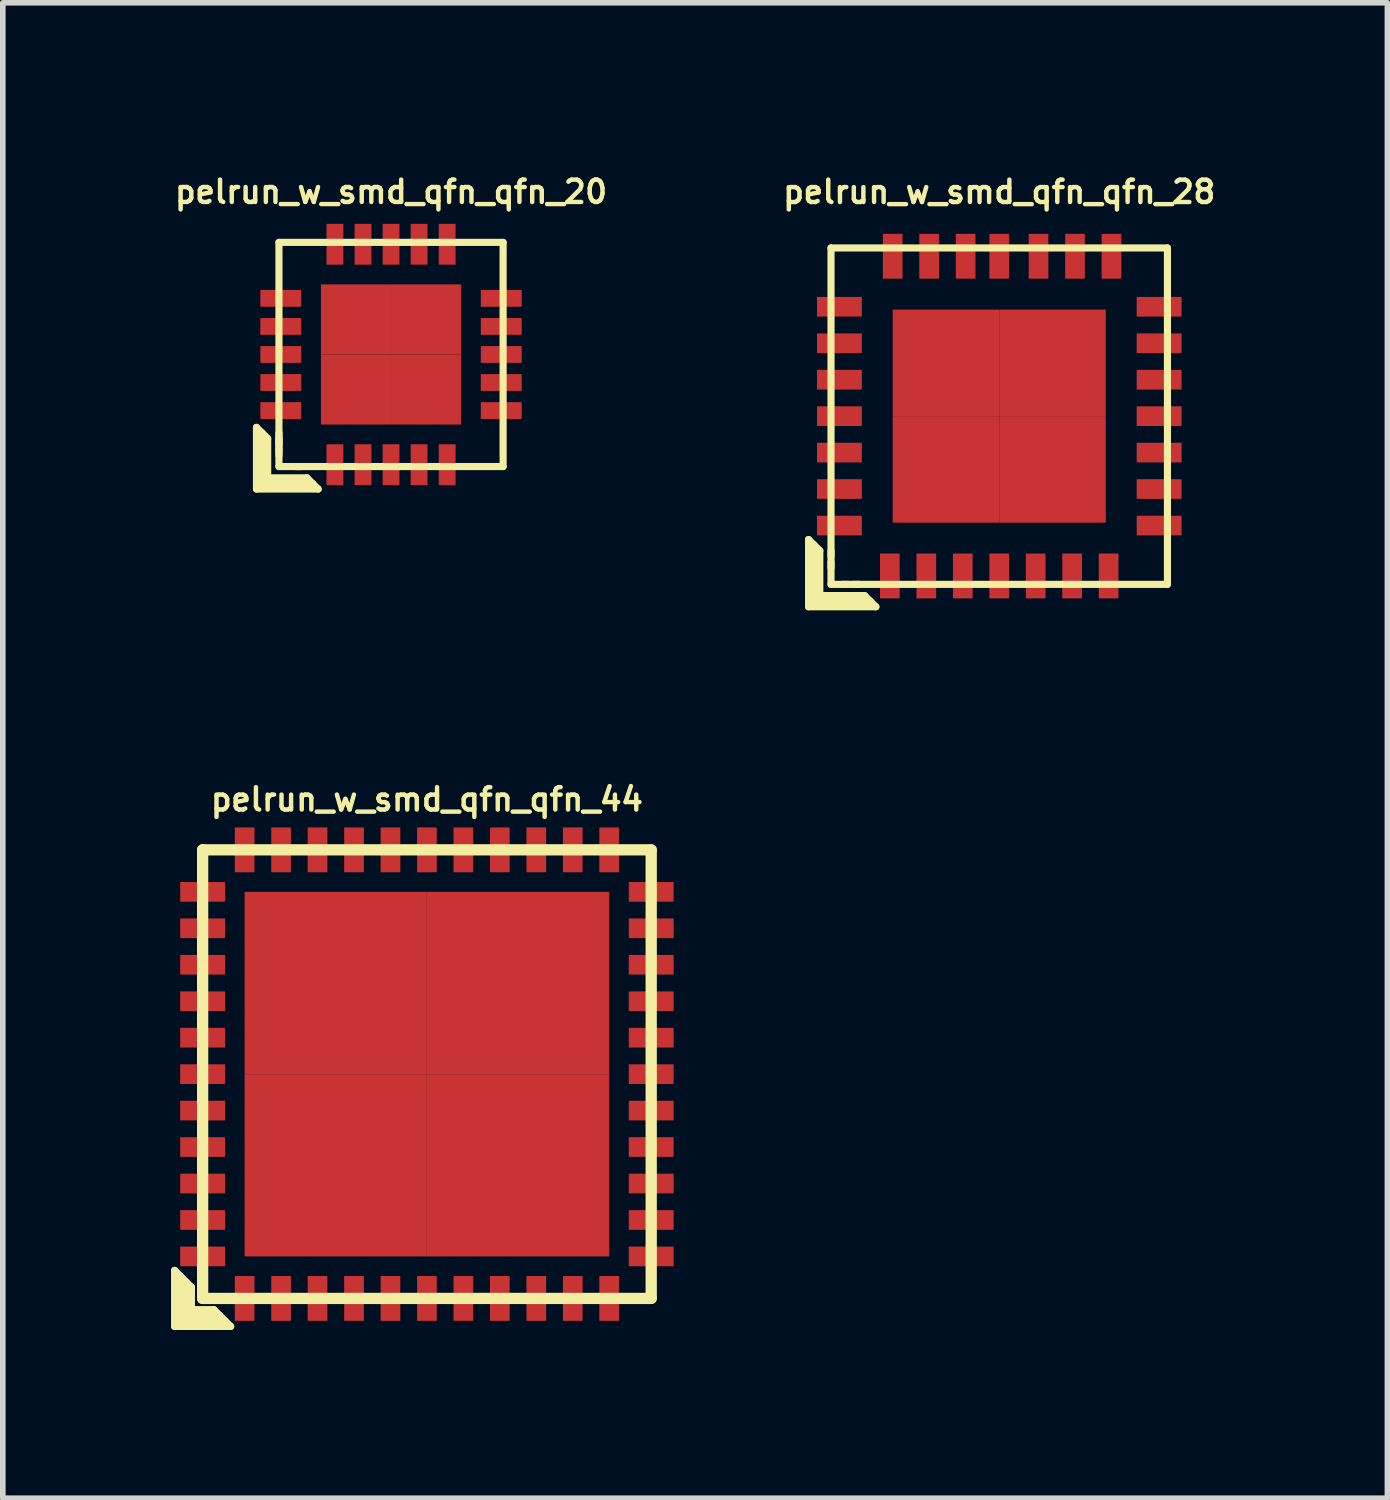
<source format=kicad_pcb>
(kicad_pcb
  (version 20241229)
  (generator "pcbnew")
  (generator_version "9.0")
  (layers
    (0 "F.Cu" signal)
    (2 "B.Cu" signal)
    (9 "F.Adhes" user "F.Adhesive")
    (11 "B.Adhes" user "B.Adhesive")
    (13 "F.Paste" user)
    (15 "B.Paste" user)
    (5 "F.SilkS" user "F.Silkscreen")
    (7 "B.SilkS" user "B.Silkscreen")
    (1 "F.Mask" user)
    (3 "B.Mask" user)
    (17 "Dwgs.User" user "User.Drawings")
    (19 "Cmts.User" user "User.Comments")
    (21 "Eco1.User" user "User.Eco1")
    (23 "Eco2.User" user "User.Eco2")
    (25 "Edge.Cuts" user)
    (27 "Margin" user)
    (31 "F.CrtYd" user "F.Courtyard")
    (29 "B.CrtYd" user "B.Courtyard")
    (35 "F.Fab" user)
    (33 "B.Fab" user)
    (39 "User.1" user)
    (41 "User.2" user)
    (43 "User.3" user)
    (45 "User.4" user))
  (footprint "pelrun_w_smd_qfn_qfn_28"
    (layer "F.Cu")
    (at 14.771 4.372)
    (property "Reference" "pelrun_w_smd_qfn_qfn_28" (at 0 -4 0) (layer "F.SilkS") (effects (font (size 0.399 0.399) (thickness 0.079))))
    (attr through_hole)
    (fp_line (start -3.4 2.2) (end -3.2 2.4) (stroke (width 0.127) (type solid)) (layer "F.SilkS"))
    (fp_line (start -3.4 3.4) (end -3.4 2.2) (stroke (width 0.127) (type solid)) (layer "F.SilkS"))
    (fp_line (start -3.3 2.3) (end -3.3 3.3) (stroke (width 0.127) (type solid)) (layer "F.SilkS"))
    (fp_line (start -3.3 3.3) (end -2.3 3.3) (stroke (width 0.127) (type solid)) (layer "F.SilkS"))
    (fp_line (start -3.2 2.4) (end -3.2 3.2) (stroke (width 0.127) (type solid)) (layer "F.SilkS"))
    (fp_line (start -3.2 3.2) (end -2.4 3.2) (stroke (width 0.127) (type solid)) (layer "F.SilkS"))
    (fp_line (start -3 -3) (end 3 -3) (stroke (width 0.127) (type solid)) (layer "F.SilkS"))
    (fp_line (start -3 2.4) (end -3 2.499) (stroke (width 0.127) (type solid)) (layer "F.SilkS"))
    (fp_line (start -3 2.601) (end -3 2.7) (stroke (width 0.127) (type solid)) (layer "F.SilkS"))
    (fp_line (start -3 3) (end -3 -3) (stroke (width 0.127) (type solid)) (layer "F.SilkS"))
    (fp_line (start -2.7 3) (end -2.799 3) (stroke (width 0.127) (type solid)) (layer "F.SilkS"))
    (fp_line (start -2.499 3) (end -2.601 3) (stroke (width 0.127) (type solid)) (layer "F.SilkS"))
    (fp_line (start -2.4 3.2) (end -2.2 3.4) (stroke (width 0.127) (type solid)) (layer "F.SilkS"))
    (fp_line (start -2.2 3.4) (end -3.4 3.4) (stroke (width 0.127) (type solid)) (layer "F.SilkS"))
    (fp_line (start 3 -3) (end 3 3) (stroke (width 0.127) (type solid)) (layer "F.SilkS"))
    (fp_line (start 3 3) (end -3 3) (stroke (width 0.127) (type solid)) (layer "F.SilkS"))
    (pad "1" smd rect (at -1.951 2.85) (size 0.351 0.8) (layers "F.Cu" "F.Mask" "F.Paste"))
    (pad "2" smd rect (at -1.3 2.85) (size 0.351 0.8) (layers "F.Cu" "F.Mask" "F.Paste"))
    (pad "3" smd rect (at -0.65 2.85) (size 0.351 0.8) (layers "F.Cu" "F.Mask" "F.Paste"))
    (pad "4" smd rect (at 0 2.85) (size 0.351 0.8) (layers "F.Cu" "F.Mask" "F.Paste"))
    (pad "5" smd rect (at 0.65 2.85) (size 0.351 0.8) (layers "F.Cu" "F.Mask" "F.Paste"))
    (pad "6" smd rect (at 1.3 2.85) (size 0.351 0.8) (layers "F.Cu" "F.Mask" "F.Paste"))
    (pad "7" smd rect (at 1.951 2.85) (size 0.351 0.8) (layers "F.Cu" "F.Mask" "F.Paste"))
    (pad "8" smd rect (at 2.852 1.951) (size 0.8 0.351) (layers "F.Cu" "F.Mask" "F.Paste"))
    (pad "9" smd rect (at 2.852 1.3) (size 0.8 0.351) (layers "F.Cu" "F.Mask" "F.Paste"))
    (pad "10" smd rect (at 2.852 0.65) (size 0.8 0.351) (layers "F.Cu" "F.Mask" "F.Paste"))
    (pad "11" smd rect (at 2.852 0) (size 0.8 0.351) (layers "F.Cu" "F.Mask" "F.Paste"))
    (pad "12" smd rect (at 2.852 -0.65) (size 0.8 0.351) (layers "F.Cu" "F.Mask" "F.Paste"))
    (pad "13" smd rect (at 2.852 -1.3) (size 0.8 0.351) (layers "F.Cu" "F.Mask" "F.Paste"))
    (pad "14" smd rect (at 2.852 -1.951) (size 0.8 0.351) (layers "F.Cu" "F.Mask" "F.Paste"))
    (pad "15" smd rect (at 2.002 -2.852) (size 0.351 0.8) (layers "F.Cu" "F.Mask" "F.Paste"))
    (pad "16" smd rect (at 1.351 -2.852) (size 0.351 0.8) (layers "F.Cu" "F.Mask" "F.Paste"))
    (pad "17" smd rect (at 0.701 -2.852) (size 0.351 0.8) (layers "F.Cu" "F.Mask" "F.Paste"))
    (pad "18" smd rect (at 0 -2.852) (size 0.351 0.8) (layers "F.Cu" "F.Mask" "F.Paste"))
    (pad "19" smd rect (at -0.599 -2.852) (size 0.351 0.8) (layers "F.Cu" "F.Mask" "F.Paste"))
    (pad "20" smd rect (at -1.25 -2.852) (size 0.351 0.8) (layers "F.Cu" "F.Mask" "F.Paste"))
    (pad "21" smd rect (at -1.9 -2.852) (size 0.351 0.8) (layers "F.Cu" "F.Mask" "F.Paste"))
    (pad "22" smd rect (at -2.85 -1.951) (size 0.8 0.351) (layers "F.Cu" "F.Mask" "F.Paste"))
    (pad "23" smd rect (at -2.85 -1.3) (size 0.8 0.351) (layers "F.Cu" "F.Mask" "F.Paste"))
    (pad "24" smd rect (at -2.85 -0.65) (size 0.8 0.351) (layers "F.Cu" "F.Mask" "F.Paste"))
    (pad "25" smd rect (at -2.85 0) (size 0.8 0.351) (layers "F.Cu" "F.Mask" "F.Paste"))
    (pad "26" smd rect (at -2.85 0.65) (size 0.8 0.351) (layers "F.Cu" "F.Mask" "F.Paste"))
    (pad "27" smd rect (at -2.85 1.3) (size 0.8 0.351) (layers "F.Cu" "F.Mask" "F.Paste"))
    (pad "28" smd rect (at -2.85 1.951) (size 0.8 0.351) (layers "F.Cu" "F.Mask" "F.Paste"))
    (pad "29" smd rect (at -0.95 -0.95) (size 1.9 1.9) (layers "F.Cu" "F.Mask" "F.Paste"))
    (pad "29" smd rect (at -0.95 0.95) (size 1.9 1.9) (layers "F.Cu" "F.Mask" "F.Paste"))
    (pad "29" smd rect (at 0.95 -0.95) (size 1.9 1.9) (layers "F.Cu" "F.Mask" "F.Paste"))
    (pad "29" smd rect (at 0.95 0.95) (size 1.9 1.9) (layers "F.Cu" "F.Mask" "F.Paste")))
  (footprint "pelrun_w_smd_qfn_qfn_20"
    (layer "F.Cu")
    (at 3.924 3.272)
    (property "Reference" "pelrun_w_smd_qfn_qfn_20" (at 0 -2.901 0) (layer "F.SilkS") (effects (font (size 0.399 0.399) (thickness 0.079))))
    (attr through_hole)
    (fp_line (start -2.4 1.3) (end -2.2 1.5) (stroke (width 0.127) (type solid)) (layer "F.SilkS"))
    (fp_line (start -2.4 2.4) (end -2.4 1.3) (stroke (width 0.127) (type solid)) (layer "F.SilkS"))
    (fp_line (start -2.3 1.4) (end -2.3 2.3) (stroke (width 0.127) (type solid)) (layer "F.SilkS"))
    (fp_line (start -2.3 2.3) (end -1.4 2.3) (stroke (width 0.127) (type solid)) (layer "F.SilkS"))
    (fp_line (start -2.2 1.5) (end -2.2 2.2) (stroke (width 0.127) (type solid)) (layer "F.SilkS"))
    (fp_line (start -2.2 2.2) (end -1.5 2.2) (stroke (width 0.127) (type solid)) (layer "F.SilkS"))
    (fp_line (start -1.999 -1.999) (end 1.999 -1.999) (stroke (width 0.127) (type solid)) (layer "F.SilkS"))
    (fp_line (start -1.999 1.4) (end -1.999 1.6) (stroke (width 0.127) (type solid)) (layer "F.SilkS"))
    (fp_line (start -1.999 1.501) (end -1.999 1.699) (stroke (width 0.127) (type solid)) (layer "F.SilkS"))
    (fp_line (start -1.999 1.699) (end -1.999 1.801) (stroke (width 0.127) (type solid)) (layer "F.SilkS"))
    (fp_line (start -1.999 1.999) (end -1.999 -1.999) (stroke (width 0.127) (type solid)) (layer "F.SilkS"))
    (fp_line (start -1.6 1.999) (end -1.699 1.999) (stroke (width 0.127) (type solid)) (layer "F.SilkS"))
    (fp_line (start -1.5 2.2) (end -1.3 2.4) (stroke (width 0.127) (type solid)) (layer "F.SilkS"))
    (fp_line (start -1.3 2.4) (end -2.4 2.4) (stroke (width 0.127) (type solid)) (layer "F.SilkS"))
    (fp_line (start 1.999 -1.999) (end 1.999 1.999) (stroke (width 0.127) (type solid)) (layer "F.SilkS"))
    (fp_line (start 1.999 1.999) (end -1.999 1.999) (stroke (width 0.127) (type solid)) (layer "F.SilkS"))
    (pad "1" smd rect (at -1.001 1.966) (size 0.3 0.729) (layers "F.Cu" "F.Mask" "F.Paste"))
    (pad "2" smd rect (at -0.5 1.966) (size 0.3 0.729) (layers "F.Cu" "F.Mask" "F.Paste"))
    (pad "3" smd rect (at 0 1.966) (size 0.3 0.729) (layers "F.Cu" "F.Mask" "F.Paste"))
    (pad "4" smd rect (at 0.5 1.966) (size 0.3 0.729) (layers "F.Cu" "F.Mask" "F.Paste"))
    (pad "5" smd rect (at 1.001 1.966) (size 0.3 0.729) (layers "F.Cu" "F.Mask" "F.Paste"))
    (pad "6" smd rect (at 1.966 1.001) (size 0.729 0.3) (layers "F.Cu" "F.Mask" "F.Paste"))
    (pad "7" smd rect (at 1.966 0.5) (size 0.729 0.3) (layers "F.Cu" "F.Mask" "F.Paste"))
    (pad "8" smd rect (at 1.966 0) (size 0.729 0.3) (layers "F.Cu" "F.Mask" "F.Paste"))
    (pad "9" smd rect (at 1.966 -0.5) (size 0.729 0.3) (layers "F.Cu" "F.Mask" "F.Paste"))
    (pad "10" smd rect (at 1.966 -1.001) (size 0.729 0.3) (layers "F.Cu" "F.Mask" "F.Paste"))
    (pad "11" smd rect (at 1.001 -1.966) (size 0.3 0.729) (layers "F.Cu" "F.Mask" "F.Paste"))
    (pad "12" smd rect (at 0.5 -1.966) (size 0.3 0.729) (layers "F.Cu" "F.Mask" "F.Paste"))
    (pad "13" smd rect (at 0 -1.966) (size 0.3 0.729) (layers "F.Cu" "F.Mask" "F.Paste"))
    (pad "14" smd rect (at -0.5 -1.966) (size 0.3 0.729) (layers "F.Cu" "F.Mask" "F.Paste"))
    (pad "15" smd rect (at -1.001 -1.966) (size 0.3 0.729) (layers "F.Cu" "F.Mask" "F.Paste"))
    (pad "16" smd rect (at -1.966 -1.001) (size 0.729 0.3) (layers "F.Cu" "F.Mask" "F.Paste"))
    (pad "17" smd rect (at -1.966 -0.5) (size 0.729 0.3) (layers "F.Cu" "F.Mask" "F.Paste"))
    (pad "18" smd rect (at -1.966 0) (size 0.729 0.3) (layers "F.Cu" "F.Mask" "F.Paste"))
    (pad "19" smd rect (at -1.966 0.5) (size 0.729 0.3) (layers "F.Cu" "F.Mask" "F.Paste"))
    (pad "20" smd rect (at -1.966 1.001) (size 0.729 0.3) (layers "F.Cu" "F.Mask" "F.Paste"))
    (pad "21" smd rect (at -0.625 -0.625) (size 1.25 1.25) (layers "F.Cu" "F.Mask" "F.Paste"))
    (pad "21" smd rect (at -0.625 0.625) (size 1.25 1.25) (layers "F.Cu" "F.Mask" "F.Paste"))
    (pad "21" smd rect (at 0.625 -0.625) (size 1.25 1.25) (layers "F.Cu" "F.Mask" "F.Paste"))
    (pad "21" smd rect (at 0.625 0.625) (size 1.25 1.25) (layers "F.Cu" "F.Mask" "F.Paste")))
  (footprint "pelrun_w_smd_qfn_qfn_44"
    (layer "F.Cu")
    (at 4.564 16.107)
    (property "Reference" "pelrun_w_smd_qfn_qfn_44" (at 0 -4.9 0) (layer "F.SilkS") (effects (font (size 0.399 0.399) (thickness 0.079))))
    (attr through_hole)
    (fp_line (start -4.5 3.5) (end -4.5 4.5) (stroke (width 0.127) (type solid)) (layer "F.SilkS"))
    (fp_line (start -4.5 4.5) (end -3.5 4.5) (stroke (width 0.127) (type solid)) (layer "F.SilkS"))
    (fp_line (start -4.4 3.6) (end -4.4 4.4) (stroke (width 0.127) (type solid)) (layer "F.SilkS"))
    (fp_line (start -4.4 4.4) (end -3.6 4.4) (stroke (width 0.127) (type solid)) (layer "F.SilkS"))
    (fp_line (start -4.3 3.7) (end -4.3 4.3) (stroke (width 0.127) (type solid)) (layer "F.SilkS"))
    (fp_line (start -4.3 4.3) (end -3.7 4.3) (stroke (width 0.127) (type solid)) (layer "F.SilkS"))
    (fp_line (start -4.2 3.8) (end -4.5 3.5) (stroke (width 0.127) (type solid)) (layer "F.SilkS"))
    (fp_line (start -4.2 4.2) (end -4.2 3.8) (stroke (width 0.127) (type solid)) (layer "F.SilkS"))
    (fp_line (start -4 -4) (end -4 4) (stroke (width 0.201) (type solid)) (layer "F.SilkS"))
    (fp_line (start -4 3.701) (end -4 3.8) (stroke (width 0.127) (type solid)) (layer "F.SilkS"))
    (fp_line (start -4 4) (end 4 4) (stroke (width 0.201) (type solid)) (layer "F.SilkS"))
    (fp_line (start -3.8 4.2) (end -4.2 4.2) (stroke (width 0.127) (type solid)) (layer "F.SilkS"))
    (fp_line (start -3.599 4) (end -3.701 4) (stroke (width 0.127) (type solid)) (layer "F.SilkS"))
    (fp_line (start -3.5 4.5) (end -3.8 4.2) (stroke (width 0.127) (type solid)) (layer "F.SilkS"))
    (fp_line (start 4 -4) (end -4 -4) (stroke (width 0.201) (type solid)) (layer "F.SilkS"))
    (fp_line (start 4 4) (end 4 -4) (stroke (width 0.201) (type solid)) (layer "F.SilkS"))
    (pad "1" smd rect (at -3.251 4) (size 0.351 0.8) (layers "F.Cu" "F.Mask" "F.Paste"))
    (pad "2" smd rect (at -2.601 4) (size 0.351 0.8) (layers "F.Cu" "F.Mask" "F.Paste"))
    (pad "3" smd rect (at -1.951 4) (size 0.351 0.8) (layers "F.Cu" "F.Mask" "F.Paste"))
    (pad "4" smd rect (at -1.3 4) (size 0.351 0.8) (layers "F.Cu" "F.Mask" "F.Paste"))
    (pad "5" smd rect (at -0.65 4) (size 0.351 0.8) (layers "F.Cu" "F.Mask" "F.Paste"))
    (pad "6" smd rect (at 0 4) (size 0.351 0.8) (layers "F.Cu" "F.Mask" "F.Paste"))
    (pad "7" smd rect (at 0.65 4) (size 0.351 0.8) (layers "F.Cu" "F.Mask" "F.Paste"))
    (pad "8" smd rect (at 1.3 4) (size 0.351 0.8) (layers "F.Cu" "F.Mask" "F.Paste"))
    (pad "9" smd rect (at 1.951 4) (size 0.351 0.8) (layers "F.Cu" "F.Mask" "F.Paste"))
    (pad "10" smd rect (at 2.601 4) (size 0.351 0.8) (layers "F.Cu" "F.Mask" "F.Paste"))
    (pad "11" smd rect (at 3.251 4) (size 0.351 0.8) (layers "F.Cu" "F.Mask" "F.Paste"))
    (pad "12" smd rect (at 4 3.251) (size 0.8 0.351) (layers "F.Cu" "F.Mask" "F.Paste"))
    (pad "13" smd rect (at 4 2.601) (size 0.8 0.351) (layers "F.Cu" "F.Mask" "F.Paste"))
    (pad "14" smd rect (at 4 1.951) (size 0.8 0.351) (layers "F.Cu" "F.Mask" "F.Paste"))
    (pad "15" smd rect (at 4 1.3) (size 0.8 0.351) (layers "F.Cu" "F.Mask" "F.Paste"))
    (pad "16" smd rect (at 4 0.65) (size 0.8 0.351) (layers "F.Cu" "F.Mask" "F.Paste"))
    (pad "17" smd rect (at 4 0) (size 0.8 0.351) (layers "F.Cu" "F.Mask" "F.Paste"))
    (pad "18" smd rect (at 4 -0.65) (size 0.8 0.351) (layers "F.Cu" "F.Mask" "F.Paste"))
    (pad "19" smd rect (at 4 -1.3) (size 0.8 0.351) (layers "F.Cu" "F.Mask" "F.Paste"))
    (pad "20" smd rect (at 4 -1.951) (size 0.8 0.351) (layers "F.Cu" "F.Mask" "F.Paste"))
    (pad "21" smd rect (at 4 -2.601) (size 0.8 0.351) (layers "F.Cu" "F.Mask" "F.Paste"))
    (pad "22" smd rect (at 4 -3.251) (size 0.8 0.351) (layers "F.Cu" "F.Mask" "F.Paste"))
    (pad "23" smd rect (at 3.251 -4) (size 0.351 0.8) (layers "F.Cu" "F.Mask" "F.Paste"))
    (pad "24" smd rect (at 2.601 -4) (size 0.351 0.8) (layers "F.Cu" "F.Mask" "F.Paste"))
    (pad "25" smd rect (at 1.951 -4) (size 0.351 0.8) (layers "F.Cu" "F.Mask" "F.Paste"))
    (pad "26" smd rect (at 1.3 -4) (size 0.351 0.8) (layers "F.Cu" "F.Mask" "F.Paste"))
    (pad "27" smd rect (at 0.65 -4) (size 0.351 0.8) (layers "F.Cu" "F.Mask" "F.Paste"))
    (pad "28" smd rect (at 0 -4) (size 0.351 0.8) (layers "F.Cu" "F.Mask" "F.Paste"))
    (pad "29" smd rect (at -0.65 -4) (size 0.351 0.8) (layers "F.Cu" "F.Mask" "F.Paste"))
    (pad "30" smd rect (at -1.3 -4) (size 0.351 0.8) (layers "F.Cu" "F.Mask" "F.Paste"))
    (pad "31" smd rect (at -1.951 -4) (size 0.351 0.8) (layers "F.Cu" "F.Mask" "F.Paste"))
    (pad "32" smd rect (at -2.601 -4) (size 0.351 0.8) (layers "F.Cu" "F.Mask" "F.Paste"))
    (pad "33" smd rect (at -3.251 -4) (size 0.351 0.8) (layers "F.Cu" "F.Mask" "F.Paste"))
    (pad "34" smd rect (at -4 -3.251) (size 0.8 0.351) (layers "F.Cu" "F.Mask" "F.Paste"))
    (pad "35" smd rect (at -4 -2.601) (size 0.8 0.351) (layers "F.Cu" "F.Mask" "F.Paste"))
    (pad "36" smd rect (at -4 -1.951) (size 0.8 0.351) (layers "F.Cu" "F.Mask" "F.Paste"))
    (pad "37" smd rect (at -4 -1.3) (size 0.8 0.351) (layers "F.Cu" "F.Mask" "F.Paste"))
    (pad "38" smd rect (at -4 -0.65) (size 0.8 0.351) (layers "F.Cu" "F.Mask" "F.Paste"))
    (pad "39" smd rect (at -4 0) (size 0.8 0.351) (layers "F.Cu" "F.Mask" "F.Paste"))
    (pad "40" smd rect (at -4 0.65) (size 0.8 0.351) (layers "F.Cu" "F.Mask" "F.Paste"))
    (pad "41" smd rect (at -4 1.3) (size 0.8 0.351) (layers "F.Cu" "F.Mask" "F.Paste"))
    (pad "42" smd rect (at -4 1.951) (size 0.8 0.351) (layers "F.Cu" "F.Mask" "F.Paste"))
    (pad "43" smd rect (at -4 2.601) (size 0.8 0.351) (layers "F.Cu" "F.Mask" "F.Paste"))
    (pad "44" smd rect (at -4 3.251) (size 0.8 0.351) (layers "F.Cu" "F.Mask" "F.Paste"))
    (pad "45" smd rect (at -1.626 -1.626) (size 3.251 3.251) (layers "F.Cu" "F.Mask" "F.Paste"))
    (pad "45" smd rect (at -1.626 1.626) (size 3.251 3.251) (layers "F.Cu" "F.Mask" "F.Paste"))
    (pad "45" smd rect (at 1.626 -1.626) (size 3.251 3.251) (layers "F.Cu" "F.Mask" "F.Paste"))
    (pad "45" smd rect (at 1.626 1.626) (size 3.251 3.251) (layers "F.Cu" "F.Mask" "F.Paste")))
  (gr_rect
    (start -3 -3)
    (end 21.694 23.67)
    (stroke (width 0.1) (type default))
    (fill no)
    (layer "Edge.Cuts")))
</source>
